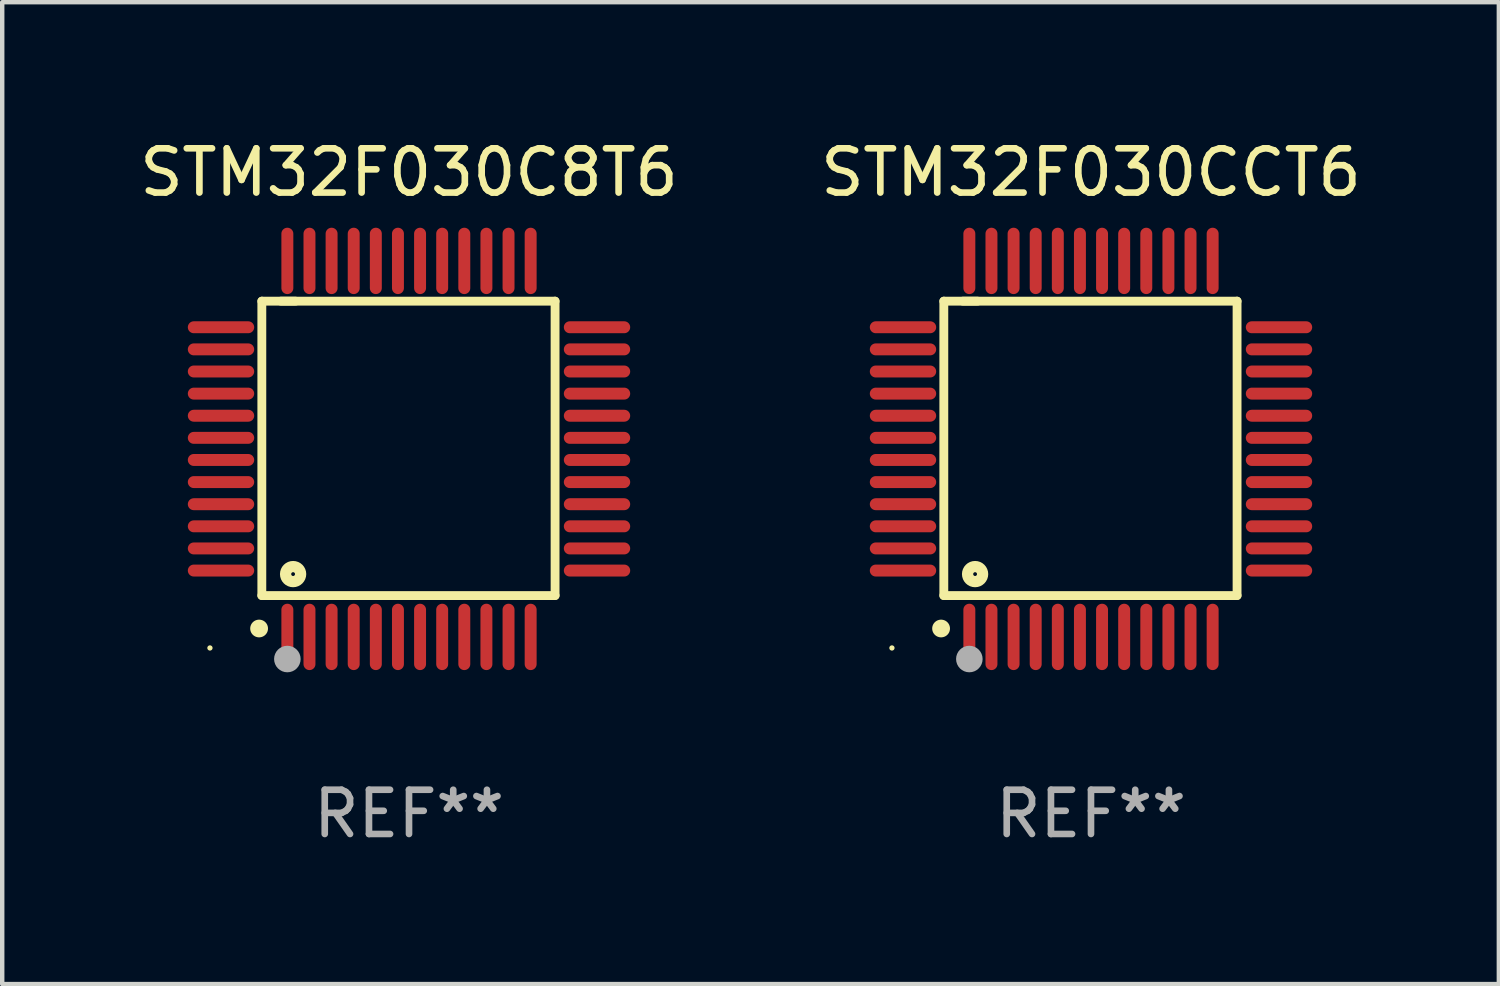
<source format=kicad_pcb>
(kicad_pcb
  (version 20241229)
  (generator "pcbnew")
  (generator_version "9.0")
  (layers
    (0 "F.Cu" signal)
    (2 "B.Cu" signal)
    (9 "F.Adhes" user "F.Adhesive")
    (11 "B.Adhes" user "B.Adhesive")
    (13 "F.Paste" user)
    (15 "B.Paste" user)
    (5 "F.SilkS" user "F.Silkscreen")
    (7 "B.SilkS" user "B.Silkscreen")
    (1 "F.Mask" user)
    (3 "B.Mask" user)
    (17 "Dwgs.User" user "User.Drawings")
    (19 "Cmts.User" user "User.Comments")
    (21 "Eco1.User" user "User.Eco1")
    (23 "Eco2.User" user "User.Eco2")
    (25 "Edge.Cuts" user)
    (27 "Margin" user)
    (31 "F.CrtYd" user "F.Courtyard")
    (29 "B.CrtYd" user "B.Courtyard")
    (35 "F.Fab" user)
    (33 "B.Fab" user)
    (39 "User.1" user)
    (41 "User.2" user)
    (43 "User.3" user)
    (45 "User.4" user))
  (footprint "STM32F030CCT6"
    (layer "F.Cu")
    (at 21.613 7.098)
    (property "Reference" "STM32F030CCT6" (at 0 -6.25 0) (layer "F.SilkS") (effects (font (size 1 1) (thickness 0.15))))
    (attr through_hole)
    (fp_line (start -3.327 -3.34) (end -2.565 -3.34) (stroke (width 0.2) (type solid)) (layer "F.SilkS"))
    (fp_line (start -3.327 3.315) (end -3.327 -3.34) (stroke (width 0.2) (type solid)) (layer "F.SilkS"))
    (fp_line (start -2.896 -3.34) (end 3.302 -3.34) (stroke (width 0.2) (type solid)) (layer "F.SilkS"))
    (fp_line (start 3.302 -3.34) (end 3.302 3.315) (stroke (width 0.2) (type solid)) (layer "F.SilkS"))
    (fp_line (start 3.302 3.315) (end -3.327 3.315) (stroke (width 0.2) (type solid)) (layer "F.SilkS"))
    (fp_arc (start -3.389992 4.059995) (mid -3.388722 4.059991) (end -3.387452 4.059995) (stroke (width 0.4) (type solid)) (layer "F.SilkS"))
    (fp_circle (center -4.5 4.5) (end -4.47 4.5) (stroke (width 0.06) (type solid)) (fill no) (layer "F.SilkS"))
    (fp_circle (center -2.62 2.83) (end -2.45 2.83) (stroke (width 0.254) (type solid)) (fill no) (layer "F.SilkS"))
    (fp_circle (center -2.75 4.75) (end -2.6 4.75) (stroke (width 0.3) (type solid)) (fill no) (layer "F.Fab"))
    (fp_text user "REF**" (at 0 8.25 0) (layer "F.Fab") (effects (font (size 1 1) (thickness 0.15))))
    (pad "1" smd oval (at -2.75 4.25) (size 0.27 1.5) (layers "F.Cu" "F.Mask" "F.Paste"))
    (pad "2" smd oval (at -2.25 4.25) (size 0.27 1.5) (layers "F.Cu" "F.Mask" "F.Paste"))
    (pad "3" smd oval (at -1.75 4.25) (size 0.27 1.5) (layers "F.Cu" "F.Mask" "F.Paste"))
    (pad "4" smd oval (at -1.25 4.25) (size 0.27 1.5) (layers "F.Cu" "F.Mask" "F.Paste"))
    (pad "5" smd oval (at -0.75 4.25) (size 0.27 1.5) (layers "F.Cu" "F.Mask" "F.Paste"))
    (pad "6" smd oval (at -0.25 4.25) (size 0.27 1.5) (layers "F.Cu" "F.Mask" "F.Paste"))
    (pad "7" smd oval (at 0.25 4.25) (size 0.27 1.5) (layers "F.Cu" "F.Mask" "F.Paste"))
    (pad "8" smd oval (at 0.75 4.25) (size 0.27 1.5) (layers "F.Cu" "F.Mask" "F.Paste"))
    (pad "9" smd oval (at 1.25 4.25) (size 0.27 1.5) (layers "F.Cu" "F.Mask" "F.Paste"))
    (pad "10" smd oval (at 1.75 4.25) (size 0.27 1.5) (layers "F.Cu" "F.Mask" "F.Paste"))
    (pad "11" smd oval (at 2.25 4.25) (size 0.27 1.5) (layers "F.Cu" "F.Mask" "F.Paste"))
    (pad "12" smd oval (at 2.75 4.25) (size 0.27 1.5) (layers "F.Cu" "F.Mask" "F.Paste"))
    (pad "13" smd oval (at 4.25 2.75) (size 1.5 0.27) (layers "F.Cu" "F.Mask" "F.Paste"))
    (pad "14" smd oval (at 4.25 2.25) (size 1.5 0.27) (layers "F.Cu" "F.Mask" "F.Paste"))
    (pad "15" smd oval (at 4.25 1.75) (size 1.5 0.27) (layers "F.Cu" "F.Mask" "F.Paste"))
    (pad "16" smd oval (at 4.25 1.25) (size 1.5 0.27) (layers "F.Cu" "F.Mask" "F.Paste"))
    (pad "17" smd oval (at 4.25 0.75) (size 1.5 0.27) (layers "F.Cu" "F.Mask" "F.Paste"))
    (pad "18" smd oval (at 4.25 0.25) (size 1.5 0.27) (layers "F.Cu" "F.Mask" "F.Paste"))
    (pad "19" smd oval (at 4.25 -0.25) (size 1.5 0.27) (layers "F.Cu" "F.Mask" "F.Paste"))
    (pad "20" smd oval (at 4.25 -0.75) (size 1.5 0.27) (layers "F.Cu" "F.Mask" "F.Paste"))
    (pad "21" smd oval (at 4.25 -1.25) (size 1.5 0.27) (layers "F.Cu" "F.Mask" "F.Paste"))
    (pad "22" smd oval (at 4.25 -1.75) (size 1.5 0.27) (layers "F.Cu" "F.Mask" "F.Paste"))
    (pad "23" smd oval (at 4.25 -2.25) (size 1.5 0.27) (layers "F.Cu" "F.Mask" "F.Paste"))
    (pad "24" smd oval (at 4.25 -2.75) (size 1.5 0.27) (layers "F.Cu" "F.Mask" "F.Paste"))
    (pad "25" smd oval (at 2.75 -4.25) (size 0.27 1.5) (layers "F.Cu" "F.Mask" "F.Paste"))
    (pad "26" smd oval (at 2.25 -4.25) (size 0.27 1.5) (layers "F.Cu" "F.Mask" "F.Paste"))
    (pad "27" smd oval (at 1.75 -4.25) (size 0.27 1.5) (layers "F.Cu" "F.Mask" "F.Paste"))
    (pad "28" smd oval (at 1.25 -4.25) (size 0.27 1.5) (layers "F.Cu" "F.Mask" "F.Paste"))
    (pad "29" smd oval (at 0.75 -4.25) (size 0.27 1.5) (layers "F.Cu" "F.Mask" "F.Paste"))
    (pad "30" smd oval (at 0.25 -4.25) (size 0.27 1.5) (layers "F.Cu" "F.Mask" "F.Paste"))
    (pad "31" smd oval (at -0.25 -4.25) (size 0.27 1.5) (layers "F.Cu" "F.Mask" "F.Paste"))
    (pad "32" smd oval (at -0.75 -4.25) (size 0.27 1.5) (layers "F.Cu" "F.Mask" "F.Paste"))
    (pad "33" smd oval (at -1.25 -4.25) (size 0.27 1.5) (layers "F.Cu" "F.Mask" "F.Paste"))
    (pad "34" smd oval (at -1.75 -4.25) (size 0.27 1.5) (layers "F.Cu" "F.Mask" "F.Paste"))
    (pad "35" smd oval (at -2.25 -4.25) (size 0.27 1.5) (layers "F.Cu" "F.Mask" "F.Paste"))
    (pad "36" smd oval (at -2.75 -4.25) (size 0.27 1.5) (layers "F.Cu" "F.Mask" "F.Paste"))
    (pad "37" smd oval (at -4.25 -2.75) (size 1.5 0.27) (layers "F.Cu" "F.Mask" "F.Paste"))
    (pad "38" smd oval (at -4.25 -2.25) (size 1.5 0.27) (layers "F.Cu" "F.Mask" "F.Paste"))
    (pad "39" smd oval (at -4.25 -1.75) (size 1.5 0.27) (layers "F.Cu" "F.Mask" "F.Paste"))
    (pad "40" smd oval (at -4.25 -1.25) (size 1.5 0.27) (layers "F.Cu" "F.Mask" "F.Paste"))
    (pad "41" smd oval (at -4.25 -0.75) (size 1.5 0.27) (layers "F.Cu" "F.Mask" "F.Paste"))
    (pad "42" smd oval (at -4.25 -0.25) (size 1.5 0.27) (layers "F.Cu" "F.Mask" "F.Paste"))
    (pad "43" smd oval (at -4.25 0.25) (size 1.5 0.27) (layers "F.Cu" "F.Mask" "F.Paste"))
    (pad "44" smd oval (at -4.25 0.75) (size 1.5 0.27) (layers "F.Cu" "F.Mask" "F.Paste"))
    (pad "45" smd oval (at -4.25 1.25) (size 1.5 0.27) (layers "F.Cu" "F.Mask" "F.Paste"))
    (pad "46" smd oval (at -4.25 1.75) (size 1.5 0.27) (layers "F.Cu" "F.Mask" "F.Paste"))
    (pad "47" smd oval (at -4.25 2.25) (size 1.5 0.27) (layers "F.Cu" "F.Mask" "F.Paste"))
    (pad "48" smd oval (at -4.25 2.75) (size 1.5 0.27) (layers "F.Cu" "F.Mask" "F.Paste")))
  (footprint "STM32F030C8T6"
    (layer "F.Cu")
    (at 6.196 7.098)
    (property "Reference" "STM32F030C8T6" (at 0 -6.25 0) (layer "F.SilkS") (effects (font (size 1 1) (thickness 0.15))))
    (attr through_hole)
    (fp_line (start -3.327 -3.34) (end -2.565 -3.34) (stroke (width 0.2) (type solid)) (layer "F.SilkS"))
    (fp_line (start -3.327 3.315) (end -3.327 -3.34) (stroke (width 0.2) (type solid)) (layer "F.SilkS"))
    (fp_line (start -2.896 -3.34) (end 3.302 -3.34) (stroke (width 0.2) (type solid)) (layer "F.SilkS"))
    (fp_line (start 3.302 -3.34) (end 3.302 3.315) (stroke (width 0.2) (type solid)) (layer "F.SilkS"))
    (fp_line (start 3.302 3.315) (end -3.327 3.315) (stroke (width 0.2) (type solid)) (layer "F.SilkS"))
    (fp_arc (start -3.389992 4.059995) (mid -3.388722 4.059991) (end -3.387452 4.059995) (stroke (width 0.4) (type solid)) (layer "F.SilkS"))
    (fp_circle (center -4.5 4.5) (end -4.47 4.5) (stroke (width 0.06) (type solid)) (fill no) (layer "F.SilkS"))
    (fp_circle (center -2.62 2.83) (end -2.45 2.83) (stroke (width 0.254) (type solid)) (fill no) (layer "F.SilkS"))
    (fp_circle (center -2.75 4.75) (end -2.6 4.75) (stroke (width 0.3) (type solid)) (fill no) (layer "F.Fab"))
    (fp_text user "REF**" (at 0 8.25 0) (layer "F.Fab") (effects (font (size 1 1) (thickness 0.15))))
    (pad "1" smd oval (at -2.75 4.25) (size 0.27 1.5) (layers "F.Cu" "F.Mask" "F.Paste"))
    (pad "2" smd oval (at -2.25 4.25) (size 0.27 1.5) (layers "F.Cu" "F.Mask" "F.Paste"))
    (pad "3" smd oval (at -1.75 4.25) (size 0.27 1.5) (layers "F.Cu" "F.Mask" "F.Paste"))
    (pad "4" smd oval (at -1.25 4.25) (size 0.27 1.5) (layers "F.Cu" "F.Mask" "F.Paste"))
    (pad "5" smd oval (at -0.75 4.25) (size 0.27 1.5) (layers "F.Cu" "F.Mask" "F.Paste"))
    (pad "6" smd oval (at -0.25 4.25) (size 0.27 1.5) (layers "F.Cu" "F.Mask" "F.Paste"))
    (pad "7" smd oval (at 0.25 4.25) (size 0.27 1.5) (layers "F.Cu" "F.Mask" "F.Paste"))
    (pad "8" smd oval (at 0.75 4.25) (size 0.27 1.5) (layers "F.Cu" "F.Mask" "F.Paste"))
    (pad "9" smd oval (at 1.25 4.25) (size 0.27 1.5) (layers "F.Cu" "F.Mask" "F.Paste"))
    (pad "10" smd oval (at 1.75 4.25) (size 0.27 1.5) (layers "F.Cu" "F.Mask" "F.Paste"))
    (pad "11" smd oval (at 2.25 4.25) (size 0.27 1.5) (layers "F.Cu" "F.Mask" "F.Paste"))
    (pad "12" smd oval (at 2.75 4.25) (size 0.27 1.5) (layers "F.Cu" "F.Mask" "F.Paste"))
    (pad "13" smd oval (at 4.25 2.75) (size 1.5 0.27) (layers "F.Cu" "F.Mask" "F.Paste"))
    (pad "14" smd oval (at 4.25 2.25) (size 1.5 0.27) (layers "F.Cu" "F.Mask" "F.Paste"))
    (pad "15" smd oval (at 4.25 1.75) (size 1.5 0.27) (layers "F.Cu" "F.Mask" "F.Paste"))
    (pad "16" smd oval (at 4.25 1.25) (size 1.5 0.27) (layers "F.Cu" "F.Mask" "F.Paste"))
    (pad "17" smd oval (at 4.25 0.75) (size 1.5 0.27) (layers "F.Cu" "F.Mask" "F.Paste"))
    (pad "18" smd oval (at 4.25 0.25) (size 1.5 0.27) (layers "F.Cu" "F.Mask" "F.Paste"))
    (pad "19" smd oval (at 4.25 -0.25) (size 1.5 0.27) (layers "F.Cu" "F.Mask" "F.Paste"))
    (pad "20" smd oval (at 4.25 -0.75) (size 1.5 0.27) (layers "F.Cu" "F.Mask" "F.Paste"))
    (pad "21" smd oval (at 4.25 -1.25) (size 1.5 0.27) (layers "F.Cu" "F.Mask" "F.Paste"))
    (pad "22" smd oval (at 4.25 -1.75) (size 1.5 0.27) (layers "F.Cu" "F.Mask" "F.Paste"))
    (pad "23" smd oval (at 4.25 -2.25) (size 1.5 0.27) (layers "F.Cu" "F.Mask" "F.Paste"))
    (pad "24" smd oval (at 4.25 -2.75) (size 1.5 0.27) (layers "F.Cu" "F.Mask" "F.Paste"))
    (pad "25" smd oval (at 2.75 -4.25) (size 0.27 1.5) (layers "F.Cu" "F.Mask" "F.Paste"))
    (pad "26" smd oval (at 2.25 -4.25) (size 0.27 1.5) (layers "F.Cu" "F.Mask" "F.Paste"))
    (pad "27" smd oval (at 1.75 -4.25) (size 0.27 1.5) (layers "F.Cu" "F.Mask" "F.Paste"))
    (pad "28" smd oval (at 1.25 -4.25) (size 0.27 1.5) (layers "F.Cu" "F.Mask" "F.Paste"))
    (pad "29" smd oval (at 0.75 -4.25) (size 0.27 1.5) (layers "F.Cu" "F.Mask" "F.Paste"))
    (pad "30" smd oval (at 0.25 -4.25) (size 0.27 1.5) (layers "F.Cu" "F.Mask" "F.Paste"))
    (pad "31" smd oval (at -0.25 -4.25) (size 0.27 1.5) (layers "F.Cu" "F.Mask" "F.Paste"))
    (pad "32" smd oval (at -0.75 -4.25) (size 0.27 1.5) (layers "F.Cu" "F.Mask" "F.Paste"))
    (pad "33" smd oval (at -1.25 -4.25) (size 0.27 1.5) (layers "F.Cu" "F.Mask" "F.Paste"))
    (pad "34" smd oval (at -1.75 -4.25) (size 0.27 1.5) (layers "F.Cu" "F.Mask" "F.Paste"))
    (pad "35" smd oval (at -2.25 -4.25) (size 0.27 1.5) (layers "F.Cu" "F.Mask" "F.Paste"))
    (pad "36" smd oval (at -2.75 -4.25) (size 0.27 1.5) (layers "F.Cu" "F.Mask" "F.Paste"))
    (pad "37" smd oval (at -4.25 -2.75) (size 1.5 0.27) (layers "F.Cu" "F.Mask" "F.Paste"))
    (pad "38" smd oval (at -4.25 -2.25) (size 1.5 0.27) (layers "F.Cu" "F.Mask" "F.Paste"))
    (pad "39" smd oval (at -4.25 -1.75) (size 1.5 0.27) (layers "F.Cu" "F.Mask" "F.Paste"))
    (pad "40" smd oval (at -4.25 -1.25) (size 1.5 0.27) (layers "F.Cu" "F.Mask" "F.Paste"))
    (pad "41" smd oval (at -4.25 -0.75) (size 1.5 0.27) (layers "F.Cu" "F.Mask" "F.Paste"))
    (pad "42" smd oval (at -4.25 -0.25) (size 1.5 0.27) (layers "F.Cu" "F.Mask" "F.Paste"))
    (pad "43" smd oval (at -4.25 0.25) (size 1.5 0.27) (layers "F.Cu" "F.Mask" "F.Paste"))
    (pad "44" smd oval (at -4.25 0.75) (size 1.5 0.27) (layers "F.Cu" "F.Mask" "F.Paste"))
    (pad "45" smd oval (at -4.25 1.25) (size 1.5 0.27) (layers "F.Cu" "F.Mask" "F.Paste"))
    (pad "46" smd oval (at -4.25 1.75) (size 1.5 0.27) (layers "F.Cu" "F.Mask" "F.Paste"))
    (pad "47" smd oval (at -4.25 2.25) (size 1.5 0.27) (layers "F.Cu" "F.Mask" "F.Paste"))
    (pad "48" smd oval (at -4.25 2.75) (size 1.5 0.27) (layers "F.Cu" "F.Mask" "F.Paste")))
  (gr_rect
    (start -3 -3)
    (end 30.833 19.196)
    (stroke (width 0.1) (type default))
    (fill no)
    (layer "Edge.Cuts")))
</source>
